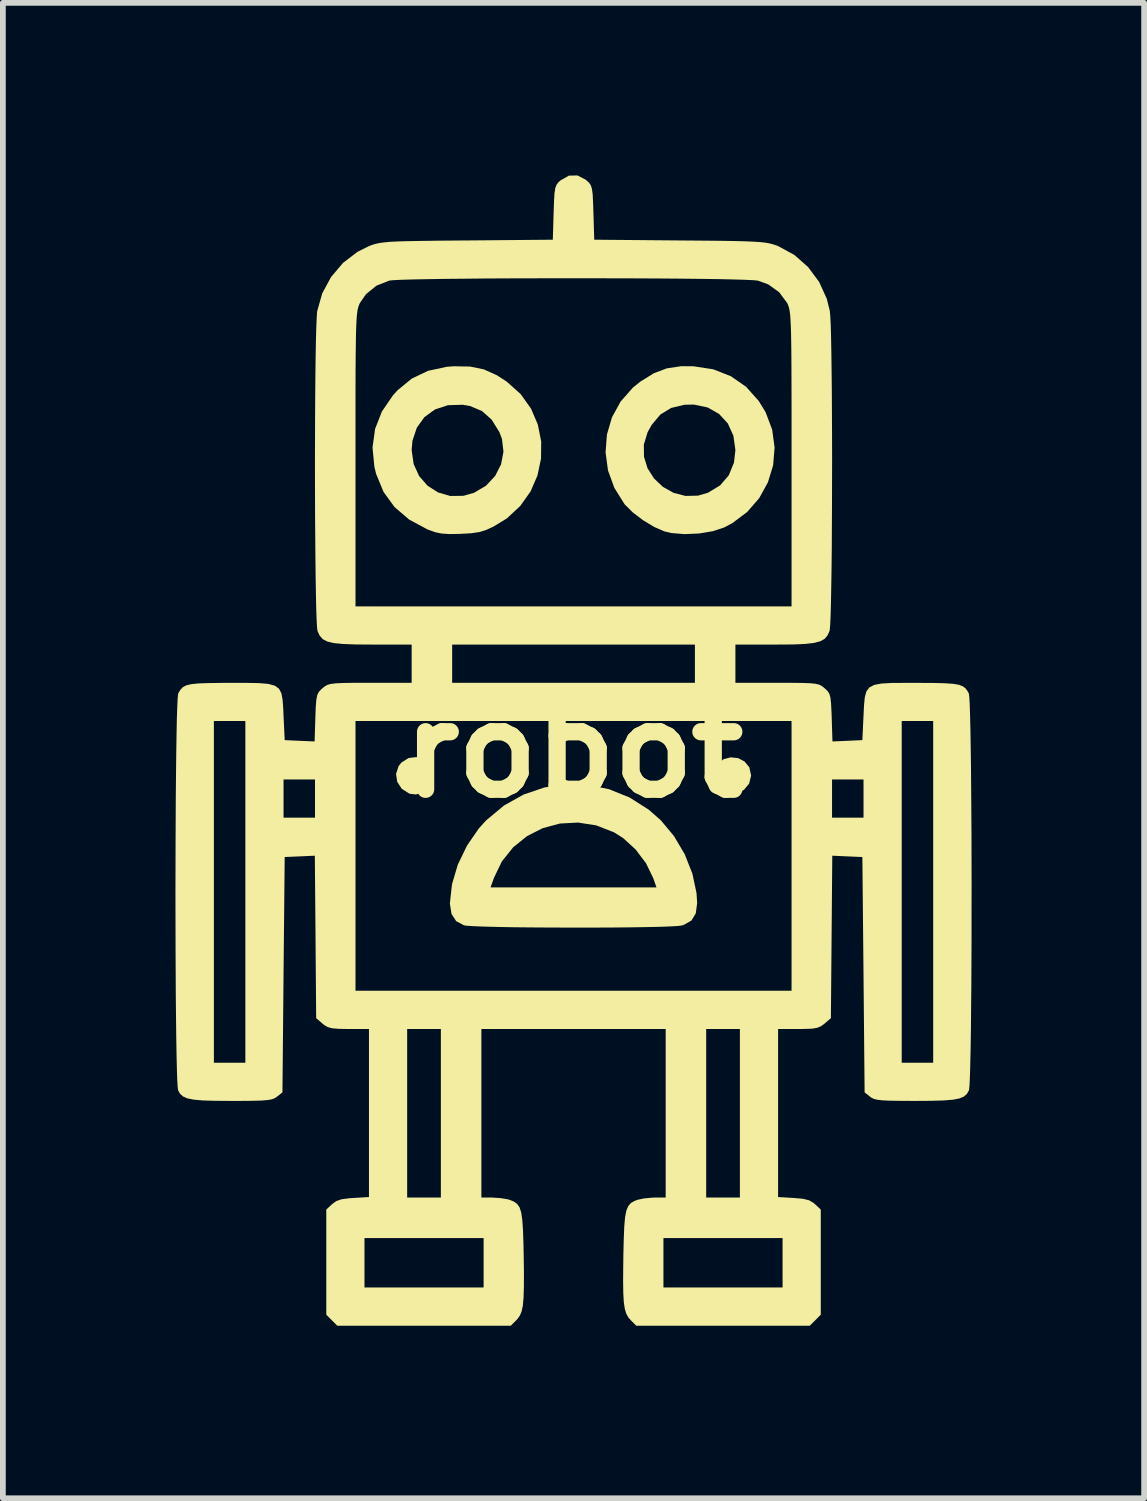
<source format=kicad_pcb>
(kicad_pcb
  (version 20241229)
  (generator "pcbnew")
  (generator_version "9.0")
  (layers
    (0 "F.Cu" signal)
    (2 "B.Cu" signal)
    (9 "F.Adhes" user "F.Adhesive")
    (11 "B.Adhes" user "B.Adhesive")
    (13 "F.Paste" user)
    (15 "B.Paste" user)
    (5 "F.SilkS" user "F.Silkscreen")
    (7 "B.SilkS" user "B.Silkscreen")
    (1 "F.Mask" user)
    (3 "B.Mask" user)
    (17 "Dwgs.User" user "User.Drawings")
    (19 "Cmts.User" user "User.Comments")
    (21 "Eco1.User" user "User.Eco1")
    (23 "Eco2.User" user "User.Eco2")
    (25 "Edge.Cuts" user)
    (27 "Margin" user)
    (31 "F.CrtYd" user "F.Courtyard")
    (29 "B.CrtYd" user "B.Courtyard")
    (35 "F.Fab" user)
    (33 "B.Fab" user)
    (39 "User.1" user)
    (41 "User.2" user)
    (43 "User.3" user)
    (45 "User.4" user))
  (footprint "robot"
    (layer "F.Cu")
    (at 6.92 9.992)
    (property "Reference" "robot" (at 0 0 0) (layer "F.SilkS") (effects (font (size 1.5 1.5) (thickness 0.3))))
    (attr board_only exclude_from_pos_files exclude_from_bom)
    (fp_poly (pts (xy -2.606 0.157) (xy -2.504 0.241) (xy -2.443 0.359) (xy -2.442 0.505) (xy -2.442 0.506) (xy -2.503 0.634) (xy -2.61 0.726) (xy -2.74 0.769) (xy -2.853 0.755) (xy -2.986 0.67) (xy -3.065 0.549) (xy -3.085 0.411) (xy -3.041 0.276) (xy -2.991 0.213) (xy -2.867 0.135) (xy -2.733 0.119)) (stroke (width 0) (type solid)) (fill yes) (layer "F.SilkS"))
    (fp_poly (pts (xy 2.861 0.137) (xy 2.974 0.196) (xy 3.056 0.297) (xy 3.087 0.439) (xy 3.087 0.441) (xy 3.053 0.579) (xy 2.964 0.687) (xy 2.84 0.751) (xy 2.702 0.76) (xy 2.618 0.732) (xy 2.515 0.643) (xy 2.449 0.518) (xy 2.436 0.388) (xy 2.439 0.369) (xy 2.504 0.237) (xy 2.608 0.156) (xy 2.733 0.123)) (stroke (width 0) (type solid)) (fill yes) (layer "F.SilkS"))
    (fp_poly (pts (xy 2.083 -6.675) (xy 2.426 -6.623) (xy 2.733 -6.503) (xy 3 -6.318) (xy 3.22 -6.071) (xy 3.339 -5.877) (xy 3.453 -5.574) (xy 3.495 -5.263) (xy 3.47 -4.954) (xy 3.379 -4.657) (xy 3.228 -4.383) (xy 3.02 -4.143) (xy 2.759 -3.947) (xy 2.62 -3.873) (xy 2.421 -3.808) (xy 2.181 -3.768) (xy 1.93 -3.757) (xy 1.699 -3.776) (xy 1.578 -3.805) (xy 1.4 -3.883) (xy 1.207 -4) (xy 1.028 -4.136) (xy 0.893 -4.271) (xy 0.886 -4.279) (xy 0.709 -4.562) (xy 0.599 -4.865) (xy 0.557 -5.178) (xy 0.567 -5.313) (xy 1.222 -5.313) (xy 1.225 -5.101) (xy 1.287 -4.901) (xy 1.4 -4.724) (xy 1.553 -4.579) (xy 1.738 -4.475) (xy 1.945 -4.421) (xy 2.165 -4.426) (xy 2.336 -4.476) (xy 2.547 -4.603) (xy 2.699 -4.78) (xy 2.789 -5) (xy 2.814 -5.217) (xy 2.779 -5.468) (xy 2.682 -5.681) (xy 2.529 -5.847) (xy 2.331 -5.959) (xy 2.094 -6.009) (xy 1.929 -6.006) (xy 1.698 -5.951) (xy 1.51 -5.836) (xy 1.358 -5.655) (xy 1.288 -5.529) (xy 1.222 -5.313) (xy 0.567 -5.313) (xy 0.581 -5.489) (xy 0.668 -5.787) (xy 0.819 -6.062) (xy 1.03 -6.302) (xy 1.161 -6.408) (xy 1.395 -6.553) (xy 1.623 -6.639) (xy 1.873 -6.676)) (stroke (width 0) (type solid)) (fill yes) (layer "F.SilkS"))
    (fp_poly (pts (xy 0.247 0.6) (xy 0.619 0.678) (xy 0.976 0.822) (xy 1.307 1.033) (xy 1.518 1.218) (xy 1.747 1.493) (xy 1.933 1.808) (xy 2.066 2.144) (xy 2.138 2.483) (xy 2.149 2.658) (xy 2.125 2.836) (xy 2.05 2.96) (xy 1.916 3.036) (xy 1.884 3.046) (xy 1.812 3.055) (xy 1.672 3.063) (xy 1.473 3.07) (xy 1.227 3.075) (xy 0.941 3.079) (xy 0.627 3.082) (xy 0.295 3.083) (xy -0.046 3.083) (xy -0.387 3.082) (xy -0.716 3.08) (xy -1.025 3.077) (xy -1.302 3.072) (xy -1.539 3.066) (xy -1.726 3.059) (xy -1.852 3.051) (xy -1.903 3.044) (xy -2.04 2.971) (xy -2.121 2.846) (xy -2.149 2.667) (xy -2.149 2.658) (xy -2.119 2.384) (xy -1.442 2.384) (xy 0 2.384) (xy 1.442 2.384) (xy 1.385 2.222) (xy 1.26 1.964) (xy 1.079 1.725) (xy 0.863 1.527) (xy 0.704 1.427) (xy 0.394 1.306) (xy 0.077 1.257) (xy -0.236 1.274) (xy -0.535 1.354) (xy -0.809 1.493) (xy -1.05 1.688) (xy -1.246 1.933) (xy -1.385 2.222) (xy -1.442 2.384) (xy -2.119 2.384) (xy -2.112 2.326) (xy -2.011 1.987) (xy -1.852 1.658) (xy -1.646 1.359) (xy -1.518 1.218) (xy -1.208 0.96) (xy -0.868 0.77) (xy -0.506 0.647) (xy -0.131 0.59)) (stroke (width 0) (type solid)) (fill yes) (layer "F.SilkS"))
    (fp_poly (pts (xy -1.801 -6.67) (xy -1.56 -6.621) (xy -1.333 -6.519) (xy -1.161 -6.408) (xy -0.918 -6.19) (xy -0.738 -5.937) (xy -0.62 -5.66) (xy -0.562 -5.367) (xy -0.565 -5.069) (xy -0.627 -4.776) (xy -0.747 -4.499) (xy -0.925 -4.248) (xy -1.158 -4.031) (xy -1.388 -3.89) (xy -1.518 -3.83) (xy -1.638 -3.793) (xy -1.777 -3.772) (xy -1.965 -3.762) (xy -1.971 -3.761) (xy -2.157 -3.758) (xy -2.294 -3.767) (xy -2.409 -3.791) (xy -2.529 -3.835) (xy -2.544 -3.841) (xy -2.859 -4.011) (xy -3.112 -4.228) (xy -3.303 -4.491) (xy -3.431 -4.802) (xy -3.462 -4.928) (xy -3.49 -5.217) (xy -2.814 -5.217) (xy -2.779 -4.975) (xy -2.684 -4.766) (xy -2.538 -4.599) (xy -2.354 -4.481) (xy -2.142 -4.42) (xy -1.914 -4.423) (xy -1.728 -4.476) (xy -1.52 -4.6) (xy -1.362 -4.769) (xy -1.26 -4.97) (xy -1.218 -5.189) (xy -1.244 -5.411) (xy -1.288 -5.529) (xy -1.424 -5.748) (xy -1.592 -5.897) (xy -1.799 -5.984) (xy -1.929 -6.006) (xy -2.185 -5.998) (xy -2.409 -5.924) (xy -2.591 -5.792) (xy -2.724 -5.608) (xy -2.8 -5.38) (xy -2.814 -5.217) (xy -3.49 -5.217) (xy -3.494 -5.263) (xy -3.45 -5.585) (xy -3.331 -5.889) (xy -3.138 -6.171) (xy -3.058 -6.259) (xy -2.812 -6.461) (xy -2.528 -6.596) (xy -2.202 -6.666) (xy -2.083 -6.675)) (stroke (width 0) (type solid)) (fill yes) (layer "F.SilkS"))
    (fp_poly (pts (xy 0.212 -9.918) (xy 0.222 -9.909) (xy 0.269 -9.867) (xy 0.3 -9.822) (xy 0.32 -9.759) (xy 0.333 -9.663) (xy 0.34 -9.518) (xy 0.346 -9.345) (xy 0.36 -8.875) (xy 1.85 -8.862) (xy 2.232 -8.859) (xy 2.544 -8.856) (xy 2.794 -8.852) (xy 2.992 -8.847) (xy 3.145 -8.84) (xy 3.263 -8.832) (xy 3.353 -8.821) (xy 3.424 -8.807) (xy 3.484 -8.79) (xy 3.543 -8.769) (xy 3.566 -8.759) (xy 3.841 -8.609) (xy 4.079 -8.398) (xy 4.27 -8.14) (xy 4.403 -7.848) (xy 4.455 -7.637) (xy 4.463 -7.549) (xy 4.471 -7.393) (xy 4.477 -7.177) (xy 4.482 -6.91) (xy 4.486 -6.6) (xy 4.49 -6.253) (xy 4.492 -5.879) (xy 4.494 -5.485) (xy 4.495 -5.078) (xy 4.494 -4.668) (xy 4.493 -4.261) (xy 4.491 -3.866) (xy 4.489 -3.49) (xy 4.485 -3.143) (xy 4.48 -2.83) (xy 4.475 -2.561) (xy 4.469 -2.343) (xy 4.462 -2.184) (xy 4.454 -2.092) (xy 4.451 -2.076) (xy 4.416 -1.997) (xy 4.366 -1.937) (xy 4.292 -1.895) (xy 4.183 -1.866) (xy 4.028 -1.848) (xy 3.817 -1.839) (xy 3.539 -1.837) (xy 3.499 -1.837) (xy 2.814 -1.837) (xy 2.814 -1.504) (xy 2.814 -1.172) (xy 3.534 -1.172) (xy 3.788 -1.172) (xy 3.977 -1.17) (xy 4.111 -1.165) (xy 4.204 -1.156) (xy 4.267 -1.141) (xy 4.313 -1.119) (xy 4.353 -1.088) (xy 4.365 -1.078) (xy 4.414 -1.032) (xy 4.446 -0.984) (xy 4.466 -0.915) (xy 4.477 -0.81) (xy 4.485 -0.651) (xy 4.488 -0.568) (xy 4.501 -0.153) (xy 4.761 -0.164) (xy 5.021 -0.176) (xy 5.041 -0.6) (xy 5.05 -0.782) (xy 5.063 -0.921) (xy 5.091 -1.022) (xy 5.143 -1.092) (xy 5.228 -1.136) (xy 5.356 -1.16) (xy 5.538 -1.17) (xy 5.782 -1.171) (xy 5.973 -1.171) (xy 6.244 -1.17) (xy 6.448 -1.165) (xy 6.596 -1.155) (xy 6.7 -1.138) (xy 6.77 -1.11) (xy 6.819 -1.071) (xy 6.856 -1.017) (xy 6.871 -0.989) (xy 6.879 -0.935) (xy 6.887 -0.81) (xy 6.893 -0.621) (xy 6.899 -0.375) (xy 6.904 -0.078) (xy 6.909 0.262) (xy 6.912 0.638) (xy 6.915 1.044) (xy 6.918 1.472) (xy 6.919 1.916) (xy 6.92 2.367) (xy 6.919 2.821) (xy 6.919 3.269) (xy 6.917 3.704) (xy 6.915 4.12) (xy 6.911 4.509) (xy 6.908 4.866) (xy 6.903 5.181) (xy 6.897 5.45) (xy 6.891 5.664) (xy 6.884 5.817) (xy 6.876 5.901) (xy 6.873 5.914) (xy 6.837 5.975) (xy 6.786 6.02) (xy 6.708 6.053) (xy 6.594 6.075) (xy 6.432 6.088) (xy 6.213 6.094) (xy 5.942 6.096) (xy 5.689 6.095) (xy 5.502 6.092) (xy 5.369 6.086) (xy 5.278 6.075) (xy 5.216 6.059) (xy 5.172 6.036) (xy 5.153 6.021) (xy 5.06 5.947) (xy 5.041 3.901) (xy 5.027 2.462) (xy 5.705 2.462) (xy 5.705 5.432) (xy 5.979 5.432) (xy 6.252 5.432) (xy 6.252 2.462) (xy 6.252 -0.508) (xy 5.979 -0.508) (xy 5.705 -0.508) (xy 5.705 2.462) (xy 5.027 2.462) (xy 5.021 1.856) (xy 4.759 1.845) (xy 4.498 1.833) (xy 4.486 3.245) (xy 4.474 4.657) (xy 4.365 4.751) (xy 4.303 4.797) (xy 4.236 4.825) (xy 4.143 4.84) (xy 4.003 4.845) (xy 3.906 4.846) (xy 3.556 4.846) (xy 3.556 6.307) (xy 3.556 7.767) (xy 3.828 7.783) (xy 3.987 7.797) (xy 4.094 7.823) (xy 4.171 7.868) (xy 4.199 7.892) (xy 4.298 7.985) (xy 4.298 8.899) (xy 4.298 9.812) (xy 4.203 9.908) (xy 4.107 10.004) (xy 2.599 10.004) (xy 1.091 10.004) (xy 0.997 9.91) (xy 0.951 9.857) (xy 0.916 9.793) (xy 0.891 9.708) (xy 0.874 9.593) (xy 0.865 9.436) (xy 0.862 9.227) (xy 0.864 8.956) (xy 0.865 8.91) (xy 1.563 8.91) (xy 1.563 9.339) (xy 2.599 9.339) (xy 3.634 9.339) (xy 3.634 8.91) (xy 3.634 8.48) (xy 2.599 8.48) (xy 1.563 8.48) (xy 1.563 8.91) (xy 0.865 8.91) (xy 0.866 8.789) (xy 0.873 8.501) (xy 0.882 8.28) (xy 0.896 8.117) (xy 0.919 8.001) (xy 0.952 7.923) (xy 0.998 7.87) (xy 1.06 7.835) (xy 1.109 7.816) (xy 1.219 7.792) (xy 1.36 7.778) (xy 1.413 7.776) (xy 1.602 7.776) (xy 1.602 6.311) (xy 2.306 6.311) (xy 2.306 7.776) (xy 2.599 7.776) (xy 2.892 7.776) (xy 2.892 6.311) (xy 2.892 4.846) (xy 2.599 4.846) (xy 2.306 4.846) (xy 2.306 6.311) (xy 1.602 6.311) (xy 1.602 4.846) (xy 0 4.846) (xy -1.602 4.846) (xy -1.602 6.311) (xy -1.602 7.776) (xy -1.413 7.776) (xy -1.272 7.785) (xy -1.145 7.806) (xy -1.109 7.816) (xy -1.036 7.846) (xy -0.98 7.887) (xy -0.938 7.947) (xy -0.909 8.038) (xy -0.89 8.17) (xy -0.878 8.352) (xy -0.87 8.596) (xy -0.866 8.789) (xy -0.862 9.096) (xy -0.863 9.336) (xy -0.869 9.518) (xy -0.881 9.654) (xy -0.902 9.753) (xy -0.932 9.826) (xy -0.972 9.884) (xy -0.997 9.91) (xy -1.091 10.004) (xy -2.599 10.004) (xy -4.107 10.004) (xy -4.203 9.908) (xy -4.298 9.812) (xy -4.298 8.91) (xy -3.634 8.91) (xy -3.634 9.339) (xy -2.599 9.339) (xy -1.563 9.339) (xy -1.563 8.91) (xy -1.563 8.48) (xy -2.599 8.48) (xy -3.634 8.48) (xy -3.634 8.91) (xy -4.298 8.91) (xy -4.298 8.899) (xy -4.298 7.985) (xy -4.199 7.892) (xy -4.126 7.838) (xy -4.034 7.806) (xy -3.898 7.788) (xy -3.828 7.783) (xy -3.556 7.767) (xy -3.556 6.311) (xy -2.892 6.311) (xy -2.892 7.776) (xy -2.599 7.776) (xy -2.306 7.776) (xy -2.306 6.311) (xy -2.306 4.846) (xy -2.599 4.846) (xy -2.892 4.846) (xy -2.892 6.311) (xy -3.556 6.311) (xy -3.556 6.307) (xy -3.556 4.846) (xy -3.906 4.846) (xy -4.078 4.843) (xy -4.193 4.834) (xy -4.271 4.813) (xy -4.333 4.777) (xy -4.365 4.751) (xy -4.474 4.657) (xy -4.485 3.245) (xy -4.497 1.837) (xy -3.79 1.837) (xy -3.79 4.181) (xy 0 4.181) (xy 3.79 4.181) (xy 3.79 1.837) (xy 3.79 0.84) (xy 4.494 0.84) (xy 4.494 1.172) (xy 4.767 1.172) (xy 5.041 1.172) (xy 5.041 0.84) (xy 5.041 0.508) (xy 4.767 0.508) (xy 4.494 0.508) (xy 4.494 0.84) (xy 3.79 0.84) (xy 3.79 -0.508) (xy 0 -0.508) (xy -3.79 -0.508) (xy -3.79 1.837) (xy -4.497 1.837) (xy -4.497 1.833) (xy -4.759 1.845) (xy -5.021 1.856) (xy -5.041 3.901) (xy -5.06 5.947) (xy -5.153 6.021) (xy -5.193 6.048) (xy -5.244 6.068) (xy -5.319 6.081) (xy -5.43 6.09) (xy -5.589 6.094) (xy -5.807 6.096) (xy -5.942 6.096) (xy -6.226 6.094) (xy -6.442 6.088) (xy -6.601 6.074) (xy -6.713 6.052) (xy -6.789 6.018) (xy -6.84 5.972) (xy -6.873 5.914) (xy -6.881 5.858) (xy -6.889 5.73) (xy -6.895 5.539) (xy -6.901 5.291) (xy -6.906 4.992) (xy -6.91 4.651) (xy -6.914 4.274) (xy -6.916 3.867) (xy -6.918 3.438) (xy -6.919 2.994) (xy -6.92 2.542) (xy -6.92 2.462) (xy -6.252 2.462) (xy -6.252 5.432) (xy -5.979 5.432) (xy -5.705 5.432) (xy -5.705 2.462) (xy -5.705 0.84) (xy -5.041 0.84) (xy -5.041 1.172) (xy -4.767 1.172) (xy -4.494 1.172) (xy -4.494 0.84) (xy -4.494 0.508) (xy -4.767 0.508) (xy -5.041 0.508) (xy -5.041 0.84) (xy -5.705 0.84) (xy -5.705 -0.508) (xy -5.979 -0.508) (xy -6.252 -0.508) (xy -6.252 2.462) (xy -6.92 2.462) (xy -6.919 2.089) (xy -6.918 1.642) (xy -6.916 1.207) (xy -6.914 0.792) (xy -6.91 0.403) (xy -6.906 0.048) (xy -6.901 -0.266) (xy -6.896 -0.533) (xy -6.889 -0.745) (xy -6.882 -0.895) (xy -6.874 -0.977) (xy -6.871 -0.989) (xy -6.835 -1.05) (xy -6.792 -1.096) (xy -6.733 -1.128) (xy -6.644 -1.149) (xy -6.516 -1.162) (xy -6.337 -1.168) (xy -6.095 -1.171) (xy -5.973 -1.171) (xy -5.685 -1.171) (xy -5.465 -1.167) (xy -5.304 -1.153) (xy -5.192 -1.122) (xy -5.12 -1.07) (xy -5.078 -0.989) (xy -5.057 -0.875) (xy -5.046 -0.721) (xy -5.041 -0.6) (xy -5.021 -0.176) (xy -4.761 -0.164) (xy -4.501 -0.153) (xy -4.488 -0.568) (xy -4.481 -0.754) (xy -4.471 -0.879) (xy -4.455 -0.96) (xy -4.428 -1.014) (xy -4.386 -1.059) (xy -4.365 -1.078) (xy -4.323 -1.111) (xy -4.28 -1.136) (xy -4.223 -1.152) (xy -4.139 -1.163) (xy -4.017 -1.169) (xy -3.844 -1.172) (xy -3.609 -1.172) (xy -3.534 -1.172) (xy -2.814 -1.172) (xy -2.814 -1.504) (xy -2.11 -1.504) (xy -2.11 -1.172) (xy 0 -1.172) (xy 2.11 -1.172) (xy 2.11 -1.504) (xy 2.11 -1.837) (xy 0 -1.837) (xy -2.11 -1.837) (xy -2.11 -1.504) (xy -2.814 -1.504) (xy -2.814 -1.837) (xy -3.499 -1.837) (xy -3.786 -1.839) (xy -4.005 -1.847) (xy -4.166 -1.863) (xy -4.281 -1.89) (xy -4.359 -1.931) (xy -4.411 -1.989) (xy -4.447 -2.065) (xy -4.451 -2.076) (xy -4.459 -2.138) (xy -4.466 -2.271) (xy -4.473 -2.466) (xy -4.478 -2.715) (xy -4.483 -3.011) (xy -4.487 -3.346) (xy -4.49 -3.711) (xy -4.493 -4.099) (xy -4.494 -4.502) (xy -4.495 -4.912) (xy -4.495 -5.062) (xy -3.79 -5.062) (xy -3.79 -2.501) (xy 0 -2.501) (xy 3.79 -2.501) (xy 3.79 -5.062) (xy 3.79 -5.573) (xy 3.79 -6.011) (xy 3.789 -6.383) (xy 3.788 -6.695) (xy 3.786 -6.952) (xy 3.783 -7.161) (xy 3.779 -7.327) (xy 3.773 -7.456) (xy 3.767 -7.554) (xy 3.758 -7.628) (xy 3.748 -7.682) (xy 3.736 -7.723) (xy 3.722 -7.758) (xy 3.713 -7.776) (xy 3.575 -7.962) (xy 3.384 -8.099) (xy 3.204 -8.164) (xy 3.131 -8.171) (xy 2.988 -8.178) (xy 2.782 -8.184) (xy 2.521 -8.19) (xy 2.211 -8.194) (xy 1.86 -8.198) (xy 1.476 -8.201) (xy 1.066 -8.203) (xy 0.638 -8.204) (xy 0.199 -8.205) (xy -0.244 -8.205) (xy -0.682 -8.204) (xy -1.109 -8.203) (xy -1.516 -8.201) (xy -1.897 -8.197) (xy -2.244 -8.194) (xy -2.55 -8.189) (xy -2.806 -8.184) (xy -3.006 -8.178) (xy -3.142 -8.171) (xy -3.204 -8.164) (xy -3.426 -8.076) (xy -3.608 -7.928) (xy -3.713 -7.776) (xy -3.728 -7.743) (xy -3.741 -7.706) (xy -3.753 -7.66) (xy -3.762 -7.598) (xy -3.77 -7.514) (xy -3.776 -7.403) (xy -3.781 -7.258) (xy -3.784 -7.074) (xy -3.787 -6.845) (xy -3.789 -6.564) (xy -3.79 -6.226) (xy -3.79 -5.826) (xy -3.79 -5.356) (xy -3.79 -5.062) (xy -4.495 -5.062) (xy -4.494 -5.321) (xy -4.493 -5.721) (xy -4.491 -6.105) (xy -4.488 -6.463) (xy -4.484 -6.79) (xy -4.479 -7.075) (xy -4.473 -7.312) (xy -4.466 -7.493) (xy -4.459 -7.61) (xy -4.455 -7.637) (xy -4.368 -7.944) (xy -4.215 -8.226) (xy -4.008 -8.471) (xy -3.756 -8.664) (xy -3.566 -8.759) (xy -3.506 -8.783) (xy -3.447 -8.801) (xy -3.381 -8.816) (xy -3.299 -8.828) (xy -3.193 -8.838) (xy -3.054 -8.845) (xy -2.873 -8.85) (xy -2.644 -8.854) (xy -2.356 -8.858) (xy -2.001 -8.861) (xy -1.85 -8.862) (xy -0.36 -8.875) (xy -0.346 -9.345) (xy -0.339 -9.544) (xy -0.331 -9.681) (xy -0.318 -9.77) (xy -0.296 -9.829) (xy -0.263 -9.873) (xy -0.222 -9.909) (xy -0.08 -9.989) (xy 0.069 -9.992)) (stroke (width 0) (type solid)) (fill yes) (layer "F.SilkS")))
  (gr_rect
    (start -3 -3)
    (end 16.839 22.995)
    (stroke (width 0.1) (type default))
    (fill no)
    (layer "Edge.Cuts")))
</source>
